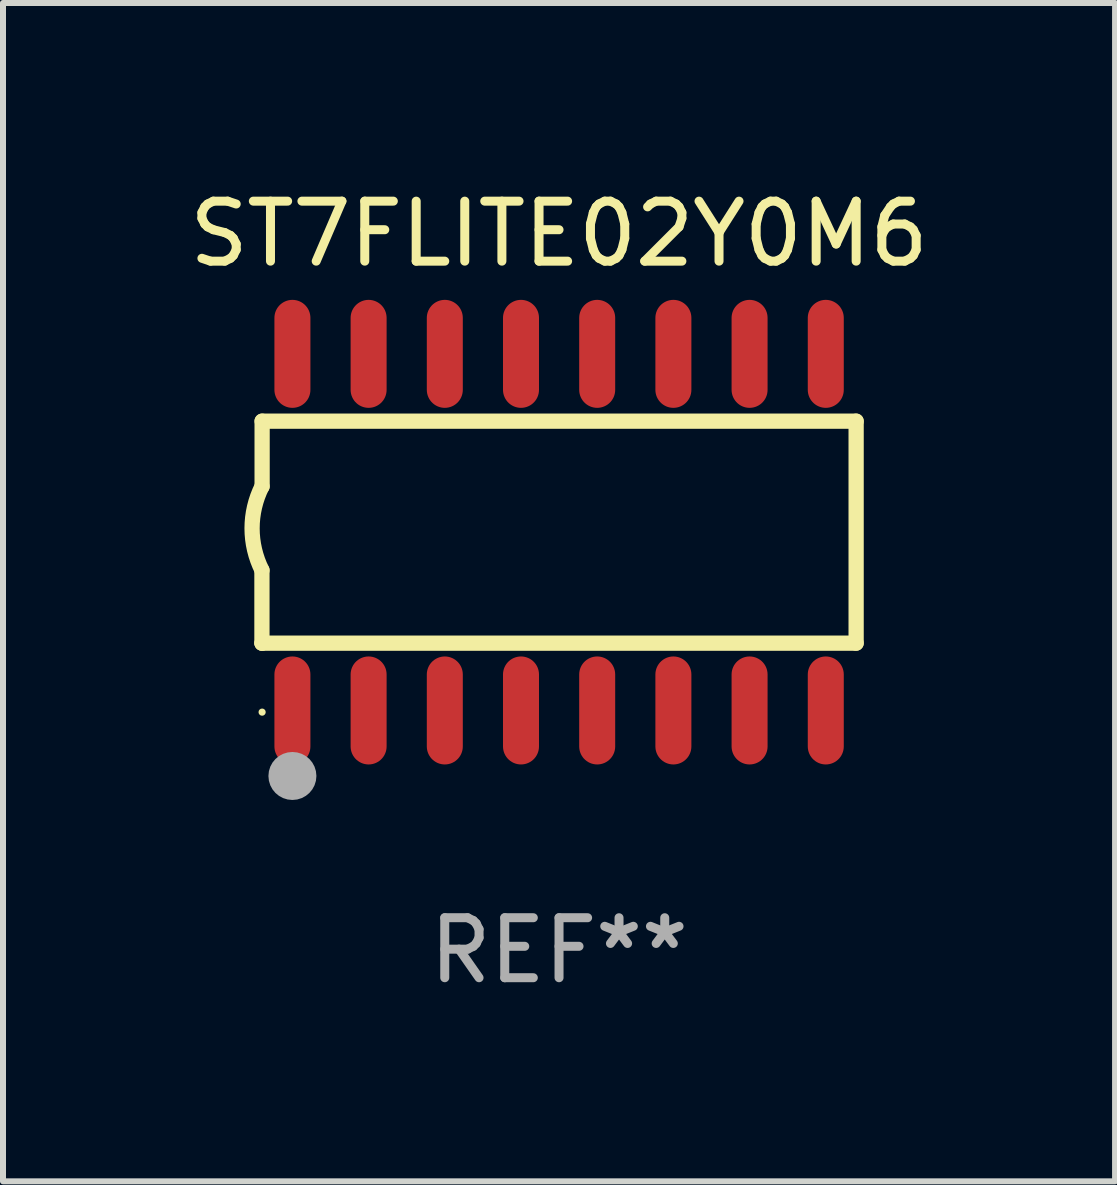
<source format=kicad_pcb>
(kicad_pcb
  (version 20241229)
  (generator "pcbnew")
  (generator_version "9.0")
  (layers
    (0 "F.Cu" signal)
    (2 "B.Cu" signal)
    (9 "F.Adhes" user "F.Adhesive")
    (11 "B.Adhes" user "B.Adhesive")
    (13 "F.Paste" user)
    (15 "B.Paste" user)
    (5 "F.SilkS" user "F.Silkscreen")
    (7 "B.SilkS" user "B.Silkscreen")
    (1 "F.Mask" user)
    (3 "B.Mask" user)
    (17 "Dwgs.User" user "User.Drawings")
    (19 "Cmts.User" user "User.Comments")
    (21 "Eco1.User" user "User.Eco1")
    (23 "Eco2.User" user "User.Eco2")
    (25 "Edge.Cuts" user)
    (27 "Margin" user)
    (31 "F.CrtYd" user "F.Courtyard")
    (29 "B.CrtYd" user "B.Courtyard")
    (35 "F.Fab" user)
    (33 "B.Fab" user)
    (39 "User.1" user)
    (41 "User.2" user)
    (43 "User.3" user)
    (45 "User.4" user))
  (footprint "ST7FLITE02Y0M6"
    (layer "F.Cu")
    (at 6.268 5.82)
    (property "Reference" "ST7FLITE02Y0M6" (at 0 -4.972 0) (layer "F.SilkS") (effects (font (size 1 1) (thickness 0.15))))
    (attr through_hole)
    (fp_line (start -4.952 0.635) (end -4.952 1.85) (stroke (width 0.254) (type solid)) (layer "F.SilkS"))
    (fp_line (start -4.952 1.85) (end -4.949 1.85) (stroke (width 0.254) (type solid)) (layer "F.SilkS"))
    (fp_line (start -4.949 -1.85) (end -4.949 -0.762) (stroke (width 0.254) (type solid)) (layer "F.SilkS"))
    (fp_line (start -4.949 1.85) (end 4.952 1.85) (stroke (width 0.254) (type solid)) (layer "F.SilkS"))
    (fp_line (start 4.952 -1.85) (end -4.949 -1.85) (stroke (width 0.254) (type solid)) (layer "F.SilkS"))
    (fp_line (start 4.952 1.85) (end 4.952 -1.85) (stroke (width 0.254) (type solid)) (layer "F.SilkS"))
    (fp_arc (start -4.951524 0.635001) (mid -5.116418 -0.0635) (end -4.951524 -0.762002) (stroke (width 0.254001) (type solid)) (layer "F.SilkS"))
    (fp_circle (center -4.949 3) (end -4.919 3) (stroke (width 0.06) (type solid)) (fill no) (layer "F.SilkS"))
    (fp_circle (center -4.444 4.064) (end -4.244 4.064) (stroke (width 0.4) (type solid)) (fill no) (layer "F.Fab"))
    (fp_text user "REF**" (at 0 6.972 0) (layer "F.Fab") (effects (font (size 1 1) (thickness 0.15))))
    (pad "1" smd oval (at -4.444 2.972 180) (size 0.6 1.8) (layers "F.Cu" "F.Mask" "F.Paste"))
    (pad "2" smd oval (at -3.174 2.972 180) (size 0.6 1.8) (layers "F.Cu" "F.Mask" "F.Paste"))
    (pad "3" smd oval (at -1.904 2.972 180) (size 0.6 1.8) (layers "F.Cu" "F.Mask" "F.Paste"))
    (pad "4" smd oval (at -0.634 2.972 180) (size 0.6 1.8) (layers "F.Cu" "F.Mask" "F.Paste"))
    (pad "5" smd oval (at 0.636 2.972 180) (size 0.6 1.8) (layers "F.Cu" "F.Mask" "F.Paste"))
    (pad "6" smd oval (at 1.906 2.972 180) (size 0.6 1.8) (layers "F.Cu" "F.Mask" "F.Paste"))
    (pad "7" smd oval (at 3.176 2.972 180) (size 0.6 1.8) (layers "F.Cu" "F.Mask" "F.Paste"))
    (pad "8" smd oval (at 4.446 2.972 180) (size 0.6 1.8) (layers "F.Cu" "F.Mask" "F.Paste"))
    (pad "9" smd oval (at 4.446 -2.972 180) (size 0.6 1.8) (layers "F.Cu" "F.Mask" "F.Paste"))
    (pad "10" smd oval (at 3.176 -2.972 180) (size 0.6 1.8) (layers "F.Cu" "F.Mask" "F.Paste"))
    (pad "11" smd oval (at 1.906 -2.972 180) (size 0.6 1.8) (layers "F.Cu" "F.Mask" "F.Paste"))
    (pad "12" smd oval (at 0.636 -2.972 180) (size 0.6 1.8) (layers "F.Cu" "F.Mask" "F.Paste"))
    (pad "13" smd oval (at -0.634 -2.972 180) (size 0.6 1.8) (layers "F.Cu" "F.Mask" "F.Paste"))
    (pad "14" smd oval (at -1.904 -2.972 180) (size 0.6 1.8) (layers "F.Cu" "F.Mask" "F.Paste"))
    (pad "15" smd oval (at -3.174 -2.972 180) (size 0.6 1.8) (layers "F.Cu" "F.Mask" "F.Paste"))
    (pad "16" smd oval (at -4.444 -2.972 180) (size 0.6 1.8) (layers "F.Cu" "F.Mask" "F.Paste")))
  (gr_rect
    (start -3 -3)
    (end 15.536 16.64)
    (stroke (width 0.1) (type default))
    (fill no)
    (layer "Edge.Cuts")))
</source>
